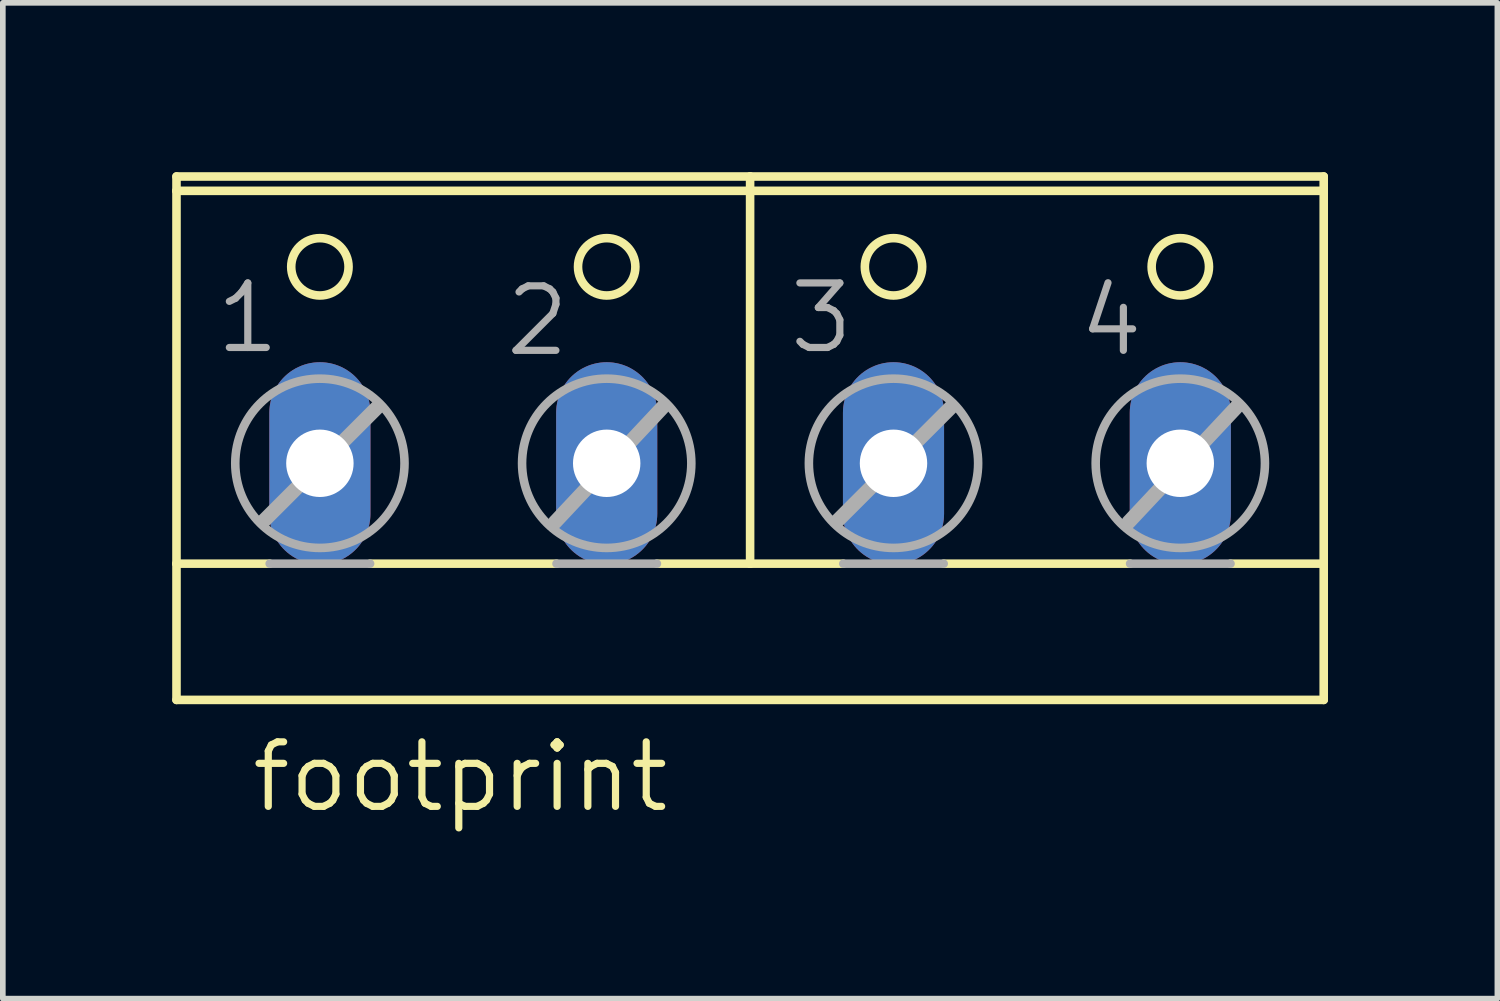
<source format=kicad_pcb>
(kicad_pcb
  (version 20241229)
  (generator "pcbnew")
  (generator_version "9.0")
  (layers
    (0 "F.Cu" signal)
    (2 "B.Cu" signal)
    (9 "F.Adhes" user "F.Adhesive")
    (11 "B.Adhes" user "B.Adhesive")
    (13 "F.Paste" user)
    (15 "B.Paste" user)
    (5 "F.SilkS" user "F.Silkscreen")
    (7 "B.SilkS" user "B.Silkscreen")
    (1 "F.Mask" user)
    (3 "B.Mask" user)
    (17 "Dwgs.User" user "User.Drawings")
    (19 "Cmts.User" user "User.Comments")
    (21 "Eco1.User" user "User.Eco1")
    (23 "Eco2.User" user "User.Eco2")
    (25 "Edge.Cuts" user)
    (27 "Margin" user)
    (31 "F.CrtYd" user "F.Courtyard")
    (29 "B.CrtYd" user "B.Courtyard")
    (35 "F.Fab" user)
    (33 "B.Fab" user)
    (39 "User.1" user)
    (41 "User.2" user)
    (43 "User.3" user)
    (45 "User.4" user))
  (footprint "footprint"
    (layer "F.Cu")
    (at 10.236 4.521)
    (property "Reference" "footprint" (at -8.89 6.858 0) (layer "F.SilkS") (effects (font (size 1.143 1.143) (thickness 0.127)) (justify left bottom)))
    (fp_line (start -10.16 -4.191) (end -10.16 -4.445) (stroke (width 0.152) (type solid)) (layer "F.SilkS"))
    (fp_line (start -10.16 -4.191) (end 10.16 -4.191) (stroke (width 0.152) (type solid)) (layer "F.SilkS"))
    (fp_line (start -10.16 2.413) (end -10.16 -4.191) (stroke (width 0.152) (type solid)) (layer "F.SilkS"))
    (fp_line (start -10.16 2.413) (end -8.509 2.413) (stroke (width 0.152) (type solid)) (layer "F.SilkS"))
    (fp_line (start -10.16 4.826) (end -10.16 2.413) (stroke (width 0.152) (type solid)) (layer "F.SilkS"))
    (fp_line (start -10.16 4.826) (end 10.16 4.826) (stroke (width 0.152) (type solid)) (layer "F.SilkS"))
    (fp_line (start -6.731 2.413) (end -3.429 2.413) (stroke (width 0.152) (type solid)) (layer "F.SilkS"))
    (fp_line (start -1.651 2.413) (end 0 2.413) (stroke (width 0.152) (type solid)) (layer "F.SilkS"))
    (fp_line (start 0 -4.445) (end -10.16 -4.445) (stroke (width 0.152) (type solid)) (layer "F.SilkS"))
    (fp_line (start 0 -4.445) (end 0 2.413) (stroke (width 0.152) (type solid)) (layer "F.SilkS"))
    (fp_line (start 0 2.413) (end 1.651 2.413) (stroke (width 0.152) (type solid)) (layer "F.SilkS"))
    (fp_line (start 3.429 2.413) (end 6.731 2.413) (stroke (width 0.152) (type solid)) (layer "F.SilkS"))
    (fp_line (start 8.509 2.413) (end 10.16 2.413) (stroke (width 0.152) (type solid)) (layer "F.SilkS"))
    (fp_line (start 10.16 -4.445) (end 0 -4.445) (stroke (width 0.152) (type solid)) (layer "F.SilkS"))
    (fp_line (start 10.16 -4.445) (end 10.16 -4.191) (stroke (width 0.152) (type solid)) (layer "F.SilkS"))
    (fp_line (start 10.16 -4.191) (end 10.16 2.413) (stroke (width 0.152) (type solid)) (layer "F.SilkS"))
    (fp_line (start 10.16 2.413) (end 10.16 4.826) (stroke (width 0.152) (type solid)) (layer "F.SilkS"))
    (fp_circle (center -7.62 -2.845) (end -7.112 -2.845) (stroke (width 0.152) (type solid)) (fill no) (layer "F.SilkS"))
    (fp_circle (center -2.54 -2.845) (end -2.032 -2.845) (stroke (width 0.152) (type solid)) (fill no) (layer "F.SilkS"))
    (fp_circle (center 2.54 -2.845) (end 3.048 -2.845) (stroke (width 0.152) (type solid)) (fill no) (layer "F.SilkS"))
    (fp_circle (center 7.62 -2.845) (end 8.128 -2.845) (stroke (width 0.152) (type solid)) (fill no) (layer "F.SilkS"))
    (fp_line (start -8.611 1.651) (end -6.604 -0.356) (stroke (width 0.254) (type solid)) (layer "F.Fab"))
    (fp_line (start -8.509 2.413) (end -6.731 2.413) (stroke (width 0.152) (type solid)) (layer "F.Fab"))
    (fp_line (start -3.454 1.676) (end -1.549 -0.356) (stroke (width 0.254) (type solid)) (layer "F.Fab"))
    (fp_line (start -3.429 2.413) (end -1.651 2.413) (stroke (width 0.152) (type solid)) (layer "F.Fab"))
    (fp_line (start 1.549 1.651) (end 3.556 -0.356) (stroke (width 0.254) (type solid)) (layer "F.Fab"))
    (fp_line (start 1.651 2.413) (end 3.429 2.413) (stroke (width 0.152) (type solid)) (layer "F.Fab"))
    (fp_line (start 6.706 1.676) (end 8.611 -0.356) (stroke (width 0.254) (type solid)) (layer "F.Fab"))
    (fp_line (start 6.731 2.413) (end 8.509 2.413) (stroke (width 0.152) (type solid)) (layer "F.Fab"))
    (fp_circle (center -7.62 0.635) (end -6.121 0.635) (stroke (width 0.152) (type solid)) (fill no) (layer "F.Fab"))
    (fp_circle (center -2.54 0.635) (end -1.041 0.635) (stroke (width 0.152) (type solid)) (fill no) (layer "F.Fab"))
    (fp_circle (center 2.54 0.635) (end 4.039 0.635) (stroke (width 0.152) (type solid)) (fill no) (layer "F.Fab"))
    (fp_circle (center 7.62 0.635) (end 9.119 0.635) (stroke (width 0.152) (type solid)) (fill no) (layer "F.Fab"))
    (fp_text user "4" (at 5.766 -1.219 0) (layer "F.Fab") (effects (font (size 1.143 1.143) (thickness 0.127)) (justify left bottom)))
    (fp_text user "2" (at -4.394 -1.219 0) (layer "F.Fab") (effects (font (size 1.143 1.143) (thickness 0.127)) (justify left bottom)))
    (fp_text user "1" (at -9.525 -1.27 0) (layer "F.Fab") (effects (font (size 1.143 1.143) (thickness 0.127)) (justify left bottom)))
    (fp_text user "3" (at 0.635 -1.27 0) (layer "F.Fab") (effects (font (size 1.143 1.143) (thickness 0.127)) (justify left bottom)))
    (pad "1" thru_hole oval (at -7.62 0.635 90) (size 3.581 1.791) (drill 1.194) (layers "*.Cu" "*.Mask"))
    (pad "2" thru_hole oval (at -2.54 0.635 90) (size 3.581 1.791) (drill 1.194) (layers "*.Cu" "*.Mask"))
    (pad "3" thru_hole oval (at 2.54 0.635 90) (size 3.581 1.791) (drill 1.194) (layers "*.Cu" "*.Mask"))
    (pad "4" thru_hole oval (at 7.62 0.635 90) (size 3.581 1.791) (drill 1.194) (layers "*.Cu" "*.Mask")))
  (gr_rect
    (start -3 -3)
    (end 23.472 14.638)
    (stroke (width 0.1) (type default))
    (fill no)
    (layer "Edge.Cuts")))
</source>
